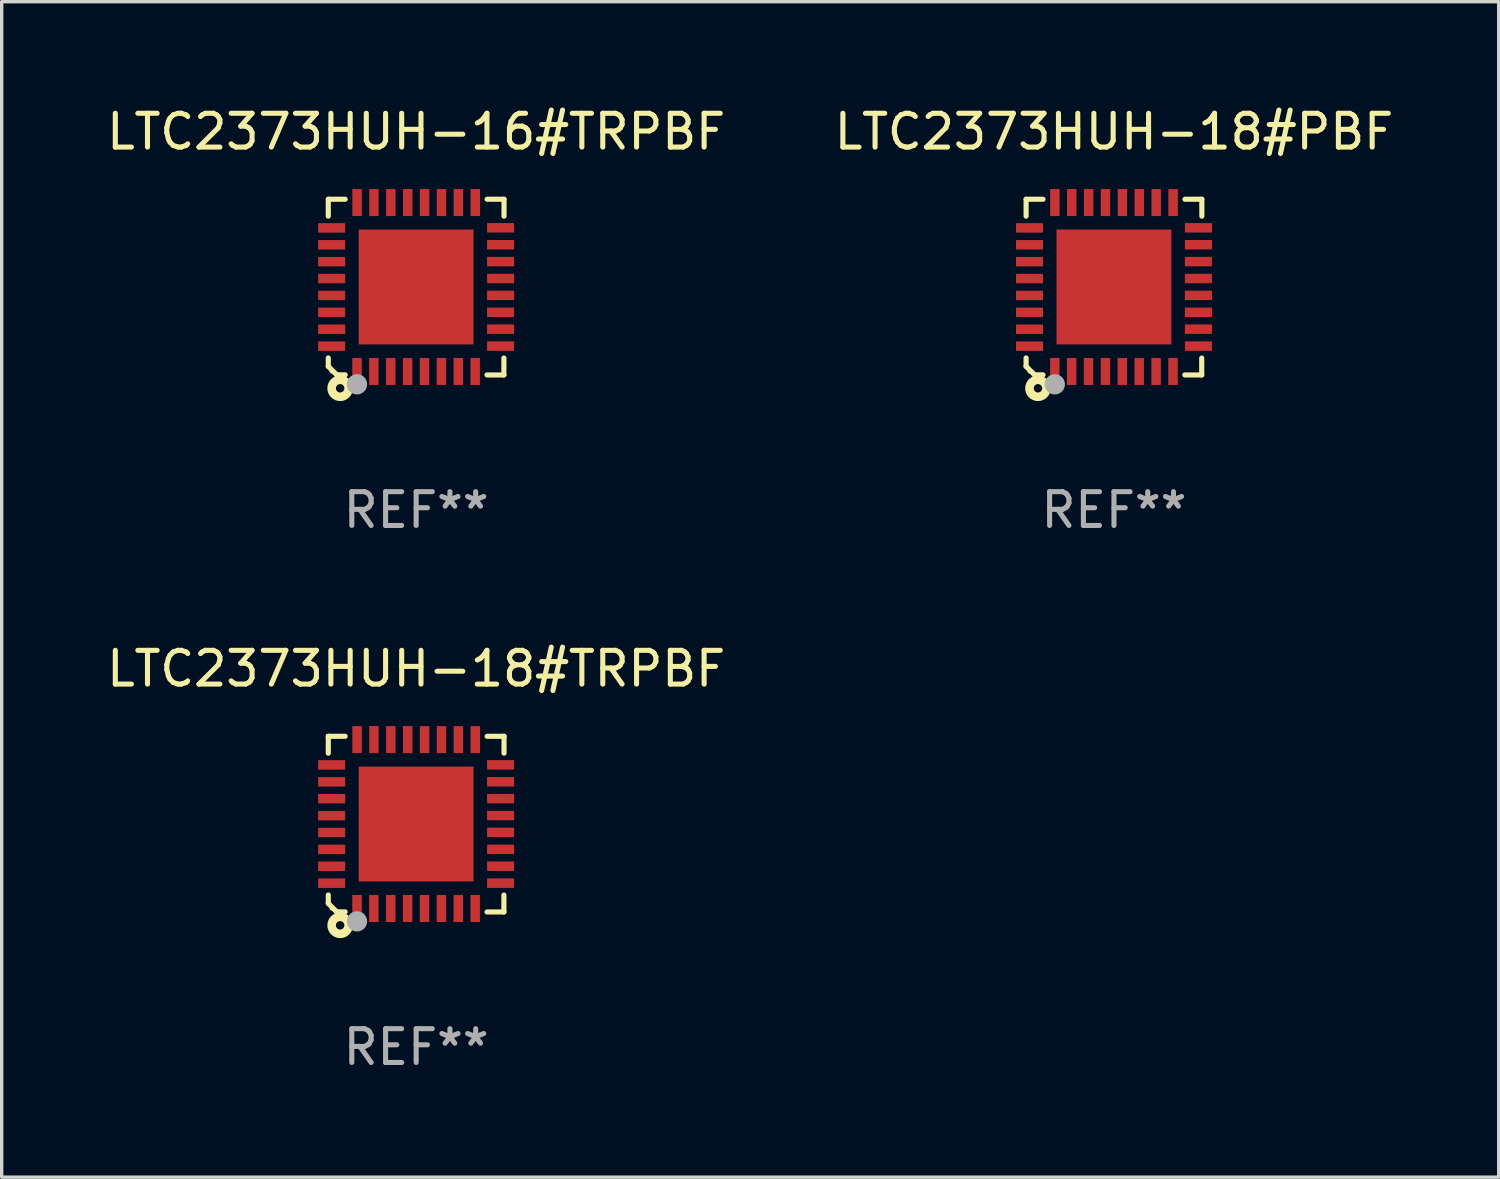
<source format=kicad_pcb>
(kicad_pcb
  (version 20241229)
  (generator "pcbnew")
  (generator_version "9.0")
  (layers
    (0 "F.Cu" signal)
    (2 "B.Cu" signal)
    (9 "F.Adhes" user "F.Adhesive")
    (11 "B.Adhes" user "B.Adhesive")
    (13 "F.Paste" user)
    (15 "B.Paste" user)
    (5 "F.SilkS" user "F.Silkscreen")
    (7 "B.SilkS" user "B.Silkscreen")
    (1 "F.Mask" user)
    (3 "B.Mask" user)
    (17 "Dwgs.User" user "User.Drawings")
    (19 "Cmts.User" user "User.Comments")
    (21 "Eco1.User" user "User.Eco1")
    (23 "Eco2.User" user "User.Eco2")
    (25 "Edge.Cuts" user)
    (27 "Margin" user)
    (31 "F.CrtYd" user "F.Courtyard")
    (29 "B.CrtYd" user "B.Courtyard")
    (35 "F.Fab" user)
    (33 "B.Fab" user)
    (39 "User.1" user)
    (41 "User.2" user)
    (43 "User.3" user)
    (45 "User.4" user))
  (footprint "LTC2373HUH-16#TRPBF"
    (layer "F.Cu")
    (at 9.268 5.448)
    (property "Reference" "LTC2373HUH-16#TRPBF" (at 0 -4.6 0) (layer "F.SilkS") (effects (font (size 1 1) (thickness 0.15))))
    (attr through_hole)
    (fp_line (start -2.601 2.097) (end -2.601 2.347) (stroke (width 0.152) (type solid)) (layer "F.SilkS"))
    (fp_line (start -2.601 2.347) (end -2.351 2.597) (stroke (width 0.152) (type solid)) (layer "F.SilkS"))
    (fp_line (start -2.601 -2.6) (end -2.601 -2.1) (stroke (width 0.152) (type solid)) (layer "F.SilkS"))
    (fp_line (start -2.601 -2.6) (end -2.101 -2.6) (stroke (width 0.152) (type solid)) (layer "F.SilkS"))
    (fp_line (start -2.351 2.597) (end -2.101 2.597) (stroke (width 0.152) (type solid)) (layer "F.SilkS"))
    (fp_line (start 2.597 2.6) (end 2.097 2.6) (stroke (width 0.152) (type solid)) (layer "F.SilkS"))
    (fp_line (start 2.597 2.6) (end 2.597 2.1) (stroke (width 0.152) (type solid)) (layer "F.SilkS"))
    (fp_line (start 2.601 -2.6) (end 2.101 -2.6) (stroke (width 0.152) (type solid)) (layer "F.SilkS"))
    (fp_line (start 2.601 -2.6) (end 2.601 -2.1) (stroke (width 0.152) (type solid)) (layer "F.SilkS"))
    (fp_circle (center -2.501 2.497) (end -2.471 2.497) (stroke (width 0.06) (type solid)) (fill no) (layer "F.SilkS"))
    (fp_circle (center -2.25 2.995) (end -2.125 2.995) (stroke (width 0.254) (type solid)) (fill no) (layer "F.SilkS"))
    (fp_circle (center -1.751 2.878) (end -1.601 2.878) (stroke (width 0.3) (type solid)) (fill no) (layer "F.Fab"))
    (fp_text user "REF**" (at 0 6.6 0) (layer "F.Fab") (effects (font (size 1 1) (thickness 0.15))))
    (pad "1" smd rect (at -1.751 2.497) (size 0.28 0.8) (layers "F.Cu" "F.Mask" "F.Paste"))
    (pad "2" smd rect (at -1.253 2.497) (size 0.28 0.8) (layers "F.Cu" "F.Mask" "F.Paste"))
    (pad "3" smd rect (at -0.753 2.497) (size 0.28 0.8) (layers "F.Cu" "F.Mask" "F.Paste"))
    (pad "4" smd rect (at -0.253 2.497) (size 0.28 0.8) (layers "F.Cu" "F.Mask" "F.Paste"))
    (pad "5" smd rect (at 0.247 2.497) (size 0.28 0.8) (layers "F.Cu" "F.Mask" "F.Paste"))
    (pad "6" smd rect (at 0.747 2.497) (size 0.28 0.8) (layers "F.Cu" "F.Mask" "F.Paste"))
    (pad "7" smd rect (at 1.247 2.497) (size 0.28 0.8) (layers "F.Cu" "F.Mask" "F.Paste"))
    (pad "8" smd rect (at 1.747 2.497) (size 0.28 0.8) (layers "F.Cu" "F.Mask" "F.Paste"))
    (pad "9" smd rect (at 2.499 1.746) (size 0.8 0.28) (layers "F.Cu" "F.Mask" "F.Paste"))
    (pad "10" smd rect (at 2.499 1.245) (size 0.8 0.28) (layers "F.Cu" "F.Mask" "F.Paste"))
    (pad "11" smd rect (at 2.499 0.746) (size 0.8 0.28) (layers "F.Cu" "F.Mask" "F.Paste"))
    (pad "12" smd rect (at 2.499 0.245) (size 0.8 0.28) (layers "F.Cu" "F.Mask" "F.Paste"))
    (pad "13" smd rect (at 2.499 -0.254) (size 0.8 0.28) (layers "F.Cu" "F.Mask" "F.Paste"))
    (pad "14" smd rect (at 2.499 -0.755) (size 0.8 0.28) (layers "F.Cu" "F.Mask" "F.Paste"))
    (pad "15" smd rect (at 2.499 -1.254) (size 0.8 0.28) (layers "F.Cu" "F.Mask" "F.Paste"))
    (pad "16" smd rect (at 2.499 -1.755) (size 0.8 0.28) (layers "F.Cu" "F.Mask" "F.Paste"))
    (pad "17" smd rect (at 1.75 -2.502) (size 0.28 0.8) (layers "F.Cu" "F.Mask" "F.Paste"))
    (pad "18" smd rect (at 1.25 -2.502) (size 0.28 0.8) (layers "F.Cu" "F.Mask" "F.Paste"))
    (pad "19" smd rect (at 0.75 -2.502) (size 0.28 0.8) (layers "F.Cu" "F.Mask" "F.Paste"))
    (pad "20" smd rect (at 0.25 -2.502) (size 0.28 0.8) (layers "F.Cu" "F.Mask" "F.Paste"))
    (pad "21" smd rect (at -0.25 -2.502) (size 0.28 0.8) (layers "F.Cu" "F.Mask" "F.Paste"))
    (pad "22" smd rect (at -0.75 -2.502) (size 0.28 0.8) (layers "F.Cu" "F.Mask" "F.Paste"))
    (pad "23" smd rect (at -1.25 -2.502) (size 0.28 0.8) (layers "F.Cu" "F.Mask" "F.Paste"))
    (pad "24" smd rect (at -1.75 -2.502) (size 0.28 0.8) (layers "F.Cu" "F.Mask" "F.Paste"))
    (pad "25" smd rect (at -2.501 -1.753) (size 0.8 0.28) (layers "F.Cu" "F.Mask" "F.Paste"))
    (pad "26" smd rect (at -2.501 -1.252) (size 0.8 0.28) (layers "F.Cu" "F.Mask" "F.Paste"))
    (pad "27" smd rect (at -2.501 -0.753) (size 0.8 0.28) (layers "F.Cu" "F.Mask" "F.Paste"))
    (pad "28" smd rect (at -2.501 -0.252) (size 0.8 0.28) (layers "F.Cu" "F.Mask" "F.Paste"))
    (pad "29" smd rect (at -2.501 0.247) (size 0.8 0.28) (layers "F.Cu" "F.Mask" "F.Paste"))
    (pad "30" smd rect (at -2.501 0.748) (size 0.8 0.28) (layers "F.Cu" "F.Mask" "F.Paste"))
    (pad "31" smd rect (at -2.501 1.247) (size 0.8 0.28) (layers "F.Cu" "F.Mask" "F.Paste"))
    (pad "32" smd rect (at -2.501 1.748) (size 0.8 0.28) (layers "F.Cu" "F.Mask" "F.Paste"))
    (pad "33" smd rect (at -0.001 -0.003 180) (size 3.4 3.4) (layers "F.Cu" "F.Mask" "F.Paste")))
  (footprint "LTC2373HUH-18#PBF"
    (layer "F.Cu")
    (at 29.923 5.448)
    (property "Reference" "LTC2373HUH-18#PBF" (at 0 -4.6 0) (layer "F.SilkS") (effects (font (size 1 1) (thickness 0.15))))
    (attr through_hole)
    (fp_line (start -2.601 2.097) (end -2.601 2.347) (stroke (width 0.152) (type solid)) (layer "F.SilkS"))
    (fp_line (start -2.601 2.347) (end -2.351 2.597) (stroke (width 0.152) (type solid)) (layer "F.SilkS"))
    (fp_line (start -2.601 -2.6) (end -2.601 -2.1) (stroke (width 0.152) (type solid)) (layer "F.SilkS"))
    (fp_line (start -2.601 -2.6) (end -2.101 -2.6) (stroke (width 0.152) (type solid)) (layer "F.SilkS"))
    (fp_line (start -2.351 2.597) (end -2.101 2.597) (stroke (width 0.152) (type solid)) (layer "F.SilkS"))
    (fp_line (start 2.597 2.6) (end 2.097 2.6) (stroke (width 0.152) (type solid)) (layer "F.SilkS"))
    (fp_line (start 2.597 2.6) (end 2.597 2.1) (stroke (width 0.152) (type solid)) (layer "F.SilkS"))
    (fp_line (start 2.601 -2.6) (end 2.101 -2.6) (stroke (width 0.152) (type solid)) (layer "F.SilkS"))
    (fp_line (start 2.601 -2.6) (end 2.601 -2.1) (stroke (width 0.152) (type solid)) (layer "F.SilkS"))
    (fp_circle (center -2.501 2.497) (end -2.471 2.497) (stroke (width 0.06) (type solid)) (fill no) (layer "F.SilkS"))
    (fp_circle (center -2.25 2.995) (end -2.125 2.995) (stroke (width 0.254) (type solid)) (fill no) (layer "F.SilkS"))
    (fp_circle (center -1.751 2.878) (end -1.601 2.878) (stroke (width 0.3) (type solid)) (fill no) (layer "F.Fab"))
    (fp_text user "REF**" (at 0 6.6 0) (layer "F.Fab") (effects (font (size 1 1) (thickness 0.15))))
    (pad "1" smd rect (at -1.751 2.497) (size 0.28 0.8) (layers "F.Cu" "F.Mask" "F.Paste"))
    (pad "2" smd rect (at -1.253 2.497) (size 0.28 0.8) (layers "F.Cu" "F.Mask" "F.Paste"))
    (pad "3" smd rect (at -0.753 2.497) (size 0.28 0.8) (layers "F.Cu" "F.Mask" "F.Paste"))
    (pad "4" smd rect (at -0.253 2.497) (size 0.28 0.8) (layers "F.Cu" "F.Mask" "F.Paste"))
    (pad "5" smd rect (at 0.247 2.497) (size 0.28 0.8) (layers "F.Cu" "F.Mask" "F.Paste"))
    (pad "6" smd rect (at 0.747 2.497) (size 0.28 0.8) (layers "F.Cu" "F.Mask" "F.Paste"))
    (pad "7" smd rect (at 1.247 2.497) (size 0.28 0.8) (layers "F.Cu" "F.Mask" "F.Paste"))
    (pad "8" smd rect (at 1.747 2.497) (size 0.28 0.8) (layers "F.Cu" "F.Mask" "F.Paste"))
    (pad "9" smd rect (at 2.499 1.746) (size 0.8 0.28) (layers "F.Cu" "F.Mask" "F.Paste"))
    (pad "10" smd rect (at 2.499 1.245) (size 0.8 0.28) (layers "F.Cu" "F.Mask" "F.Paste"))
    (pad "11" smd rect (at 2.499 0.746) (size 0.8 0.28) (layers "F.Cu" "F.Mask" "F.Paste"))
    (pad "12" smd rect (at 2.499 0.245) (size 0.8 0.28) (layers "F.Cu" "F.Mask" "F.Paste"))
    (pad "13" smd rect (at 2.499 -0.254) (size 0.8 0.28) (layers "F.Cu" "F.Mask" "F.Paste"))
    (pad "14" smd rect (at 2.499 -0.755) (size 0.8 0.28) (layers "F.Cu" "F.Mask" "F.Paste"))
    (pad "15" smd rect (at 2.499 -1.254) (size 0.8 0.28) (layers "F.Cu" "F.Mask" "F.Paste"))
    (pad "16" smd rect (at 2.499 -1.755) (size 0.8 0.28) (layers "F.Cu" "F.Mask" "F.Paste"))
    (pad "17" smd rect (at 1.75 -2.502) (size 0.28 0.8) (layers "F.Cu" "F.Mask" "F.Paste"))
    (pad "18" smd rect (at 1.25 -2.502) (size 0.28 0.8) (layers "F.Cu" "F.Mask" "F.Paste"))
    (pad "19" smd rect (at 0.75 -2.502) (size 0.28 0.8) (layers "F.Cu" "F.Mask" "F.Paste"))
    (pad "20" smd rect (at 0.25 -2.502) (size 0.28 0.8) (layers "F.Cu" "F.Mask" "F.Paste"))
    (pad "21" smd rect (at -0.25 -2.502) (size 0.28 0.8) (layers "F.Cu" "F.Mask" "F.Paste"))
    (pad "22" smd rect (at -0.75 -2.502) (size 0.28 0.8) (layers "F.Cu" "F.Mask" "F.Paste"))
    (pad "23" smd rect (at -1.25 -2.502) (size 0.28 0.8) (layers "F.Cu" "F.Mask" "F.Paste"))
    (pad "24" smd rect (at -1.75 -2.502) (size 0.28 0.8) (layers "F.Cu" "F.Mask" "F.Paste"))
    (pad "25" smd rect (at -2.501 -1.753) (size 0.8 0.28) (layers "F.Cu" "F.Mask" "F.Paste"))
    (pad "26" smd rect (at -2.501 -1.252) (size 0.8 0.28) (layers "F.Cu" "F.Mask" "F.Paste"))
    (pad "27" smd rect (at -2.501 -0.753) (size 0.8 0.28) (layers "F.Cu" "F.Mask" "F.Paste"))
    (pad "28" smd rect (at -2.501 -0.252) (size 0.8 0.28) (layers "F.Cu" "F.Mask" "F.Paste"))
    (pad "29" smd rect (at -2.501 0.247) (size 0.8 0.28) (layers "F.Cu" "F.Mask" "F.Paste"))
    (pad "30" smd rect (at -2.501 0.748) (size 0.8 0.28) (layers "F.Cu" "F.Mask" "F.Paste"))
    (pad "31" smd rect (at -2.501 1.247) (size 0.8 0.28) (layers "F.Cu" "F.Mask" "F.Paste"))
    (pad "32" smd rect (at -2.501 1.748) (size 0.8 0.28) (layers "F.Cu" "F.Mask" "F.Paste"))
    (pad "33" smd rect (at -0.001 -0.003 180) (size 3.4 3.4) (layers "F.Cu" "F.Mask" "F.Paste")))
  (footprint "LTC2373HUH-18#TRPBF"
    (layer "F.Cu")
    (at 9.268 21.344)
    (property "Reference" "LTC2373HUH-18#TRPBF" (at 0 -4.6 0) (layer "F.SilkS") (effects (font (size 1 1) (thickness 0.15))))
    (attr through_hole)
    (fp_line (start -2.601 2.097) (end -2.601 2.347) (stroke (width 0.152) (type solid)) (layer "F.SilkS"))
    (fp_line (start -2.601 2.347) (end -2.351 2.597) (stroke (width 0.152) (type solid)) (layer "F.SilkS"))
    (fp_line (start -2.601 -2.6) (end -2.601 -2.1) (stroke (width 0.152) (type solid)) (layer "F.SilkS"))
    (fp_line (start -2.601 -2.6) (end -2.101 -2.6) (stroke (width 0.152) (type solid)) (layer "F.SilkS"))
    (fp_line (start -2.351 2.597) (end -2.101 2.597) (stroke (width 0.152) (type solid)) (layer "F.SilkS"))
    (fp_line (start 2.597 2.6) (end 2.097 2.6) (stroke (width 0.152) (type solid)) (layer "F.SilkS"))
    (fp_line (start 2.597 2.6) (end 2.597 2.1) (stroke (width 0.152) (type solid)) (layer "F.SilkS"))
    (fp_line (start 2.601 -2.6) (end 2.101 -2.6) (stroke (width 0.152) (type solid)) (layer "F.SilkS"))
    (fp_line (start 2.601 -2.6) (end 2.601 -2.1) (stroke (width 0.152) (type solid)) (layer "F.SilkS"))
    (fp_circle (center -2.501 2.497) (end -2.471 2.497) (stroke (width 0.06) (type solid)) (fill no) (layer "F.SilkS"))
    (fp_circle (center -2.25 2.995) (end -2.125 2.995) (stroke (width 0.254) (type solid)) (fill no) (layer "F.SilkS"))
    (fp_circle (center -1.751 2.878) (end -1.601 2.878) (stroke (width 0.3) (type solid)) (fill no) (layer "F.Fab"))
    (fp_text user "REF**" (at 0 6.6 0) (layer "F.Fab") (effects (font (size 1 1) (thickness 0.15))))
    (pad "1" smd rect (at -1.751 2.497) (size 0.28 0.8) (layers "F.Cu" "F.Mask" "F.Paste"))
    (pad "2" smd rect (at -1.253 2.497) (size 0.28 0.8) (layers "F.Cu" "F.Mask" "F.Paste"))
    (pad "3" smd rect (at -0.753 2.497) (size 0.28 0.8) (layers "F.Cu" "F.Mask" "F.Paste"))
    (pad "4" smd rect (at -0.253 2.497) (size 0.28 0.8) (layers "F.Cu" "F.Mask" "F.Paste"))
    (pad "5" smd rect (at 0.247 2.497) (size 0.28 0.8) (layers "F.Cu" "F.Mask" "F.Paste"))
    (pad "6" smd rect (at 0.747 2.497) (size 0.28 0.8) (layers "F.Cu" "F.Mask" "F.Paste"))
    (pad "7" smd rect (at 1.247 2.497) (size 0.28 0.8) (layers "F.Cu" "F.Mask" "F.Paste"))
    (pad "8" smd rect (at 1.747 2.497) (size 0.28 0.8) (layers "F.Cu" "F.Mask" "F.Paste"))
    (pad "9" smd rect (at 2.499 1.746) (size 0.8 0.28) (layers "F.Cu" "F.Mask" "F.Paste"))
    (pad "10" smd rect (at 2.499 1.245) (size 0.8 0.28) (layers "F.Cu" "F.Mask" "F.Paste"))
    (pad "11" smd rect (at 2.499 0.746) (size 0.8 0.28) (layers "F.Cu" "F.Mask" "F.Paste"))
    (pad "12" smd rect (at 2.499 0.245) (size 0.8 0.28) (layers "F.Cu" "F.Mask" "F.Paste"))
    (pad "13" smd rect (at 2.499 -0.254) (size 0.8 0.28) (layers "F.Cu" "F.Mask" "F.Paste"))
    (pad "14" smd rect (at 2.499 -0.755) (size 0.8 0.28) (layers "F.Cu" "F.Mask" "F.Paste"))
    (pad "15" smd rect (at 2.499 -1.254) (size 0.8 0.28) (layers "F.Cu" "F.Mask" "F.Paste"))
    (pad "16" smd rect (at 2.499 -1.755) (size 0.8 0.28) (layers "F.Cu" "F.Mask" "F.Paste"))
    (pad "17" smd rect (at 1.75 -2.502) (size 0.28 0.8) (layers "F.Cu" "F.Mask" "F.Paste"))
    (pad "18" smd rect (at 1.25 -2.502) (size 0.28 0.8) (layers "F.Cu" "F.Mask" "F.Paste"))
    (pad "19" smd rect (at 0.75 -2.502) (size 0.28 0.8) (layers "F.Cu" "F.Mask" "F.Paste"))
    (pad "20" smd rect (at 0.25 -2.502) (size 0.28 0.8) (layers "F.Cu" "F.Mask" "F.Paste"))
    (pad "21" smd rect (at -0.25 -2.502) (size 0.28 0.8) (layers "F.Cu" "F.Mask" "F.Paste"))
    (pad "22" smd rect (at -0.75 -2.502) (size 0.28 0.8) (layers "F.Cu" "F.Mask" "F.Paste"))
    (pad "23" smd rect (at -1.25 -2.502) (size 0.28 0.8) (layers "F.Cu" "F.Mask" "F.Paste"))
    (pad "24" smd rect (at -1.75 -2.502) (size 0.28 0.8) (layers "F.Cu" "F.Mask" "F.Paste"))
    (pad "25" smd rect (at -2.501 -1.753) (size 0.8 0.28) (layers "F.Cu" "F.Mask" "F.Paste"))
    (pad "26" smd rect (at -2.501 -1.252) (size 0.8 0.28) (layers "F.Cu" "F.Mask" "F.Paste"))
    (pad "27" smd rect (at -2.501 -0.753) (size 0.8 0.28) (layers "F.Cu" "F.Mask" "F.Paste"))
    (pad "28" smd rect (at -2.501 -0.252) (size 0.8 0.28) (layers "F.Cu" "F.Mask" "F.Paste"))
    (pad "29" smd rect (at -2.501 0.247) (size 0.8 0.28) (layers "F.Cu" "F.Mask" "F.Paste"))
    (pad "30" smd rect (at -2.501 0.748) (size 0.8 0.28) (layers "F.Cu" "F.Mask" "F.Paste"))
    (pad "31" smd rect (at -2.501 1.247) (size 0.8 0.28) (layers "F.Cu" "F.Mask" "F.Paste"))
    (pad "32" smd rect (at -2.501 1.748) (size 0.8 0.28) (layers "F.Cu" "F.Mask" "F.Paste"))
    (pad "33" smd rect (at -0.001 -0.003 180) (size 3.4 3.4) (layers "F.Cu" "F.Mask" "F.Paste")))
  (gr_rect
    (start -3 -3)
    (end 41.31 31.793)
    (stroke (width 0.1) (type default))
    (fill no)
    (layer "Edge.Cuts")))
</source>
